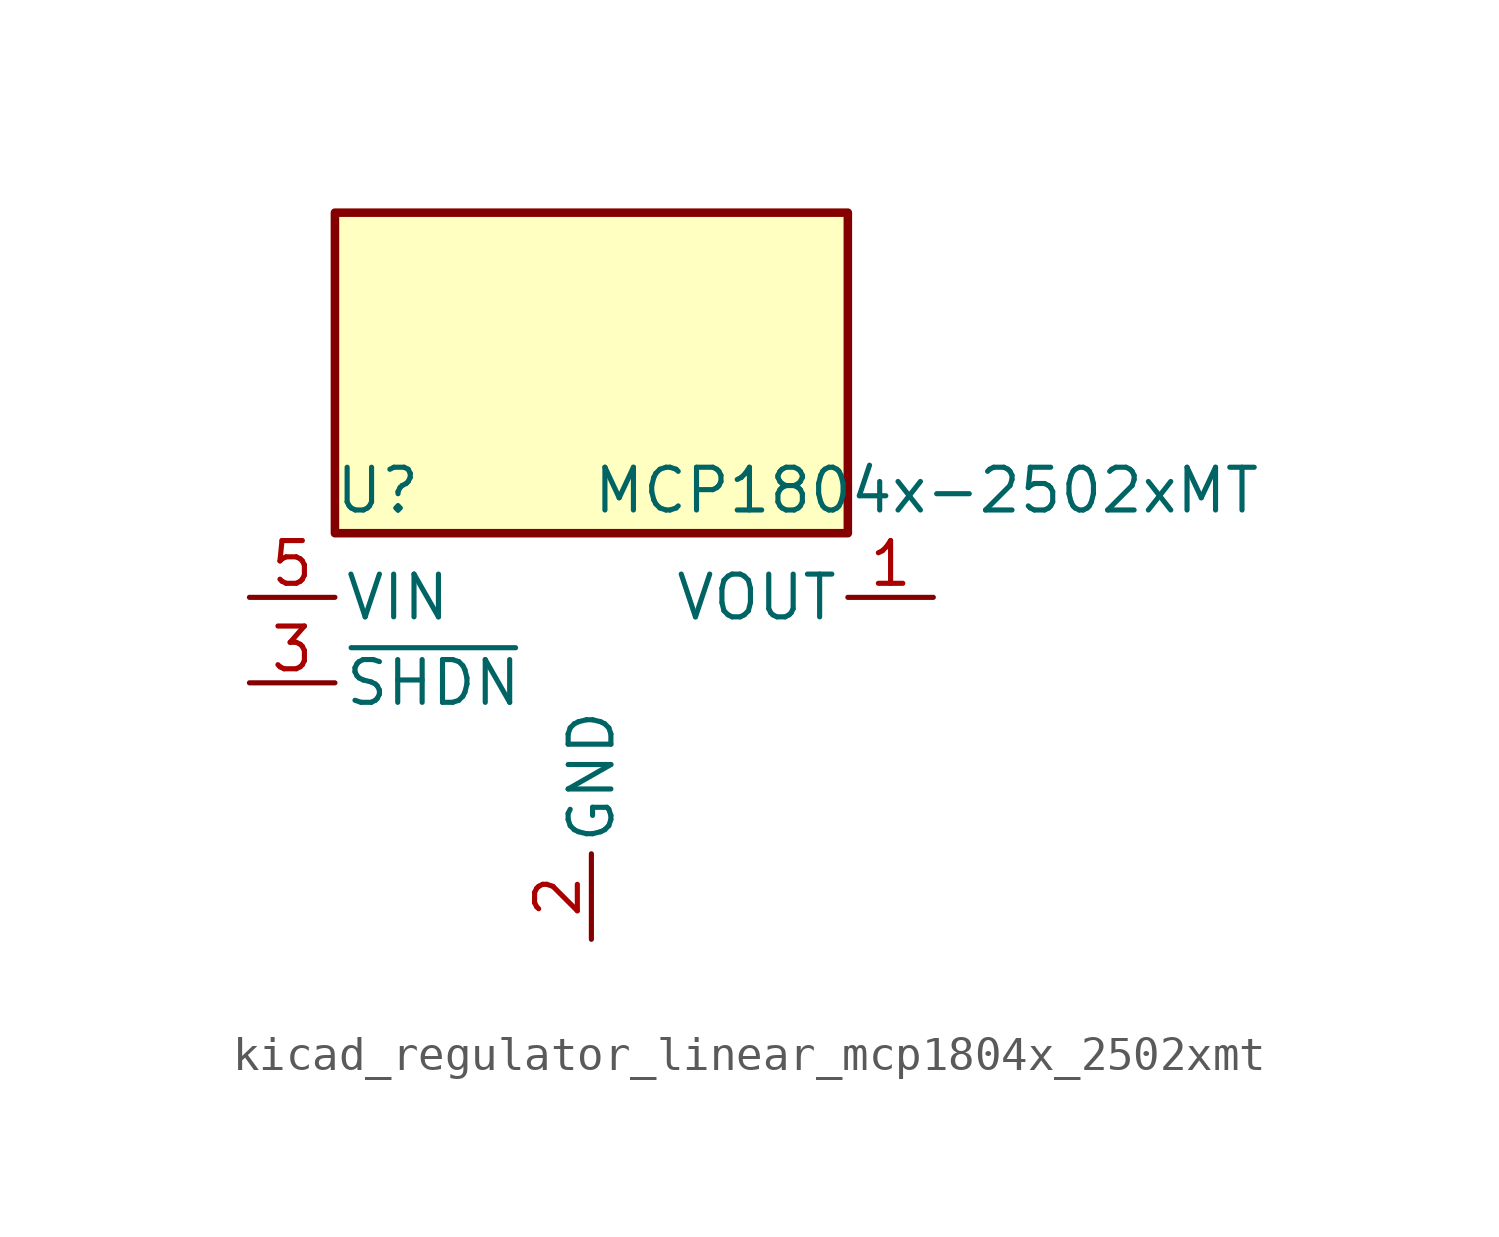
<source format=kicad_sym>
(kicad_symbol_lib
  (version 20220914)
  (generator kicad_symbol_editor)
  (symbol "kicad_regulator_linear_mcp1804x_2502xmt"
    (pin_names
      (offset 0.254))
    (property "Reference" "U"
      (at -6.35 5.715 0)
      (effects (font (size 1.27 1.27))))
    (property "Value" "MCP1804x-2502xMT"
      (at 0 5.715 0)
      (effects (font (size 1.27 1.27)) (justify left)))
    (symbol "kicad_regulator_linear_mcp1804x_2502xmt_0_1"
      (rectangle (start 7.62 13.97) (end -7.62 4.445) (stroke (width 0.254) (type default)) (fill (type background))))
    (symbol "kicad_regulator_linear_mcp1804x_2502xmt_1_1"
      (pin power_out line (at 10.16 2.54 180) (length 2.54) (name "VOUT" (effects (font (size 1.27 1.27)))) (number "1" (effects (font (size 1.27 1.27)))))
      (pin power_in line (at 0 -7.62 90) (length 2.54) (name "GND" (effects (font (size 1.27 1.27)))) (number "2" (effects (font (size 1.27 1.27)))))
      (pin input line (at -10.16 0 0) (length 2.54) (name "~{SHDN}" (effects (font (size 1.27 1.27)))) (number "3" (effects (font (size 1.27 1.27)))))
      (pin no_connect line (at 7.62 0 180) (length 2.54) hide (name "NC" (effects (font (size 1.27 1.27)))) (number "4" (effects (font (size 1.27 1.27)))))
      (pin power_in line (at -10.16 2.54 0) (length 2.54) (name "VIN" (effects (font (size 1.27 1.27)))) (number "5" (effects (font (size 1.27 1.27))))))))
</source>
